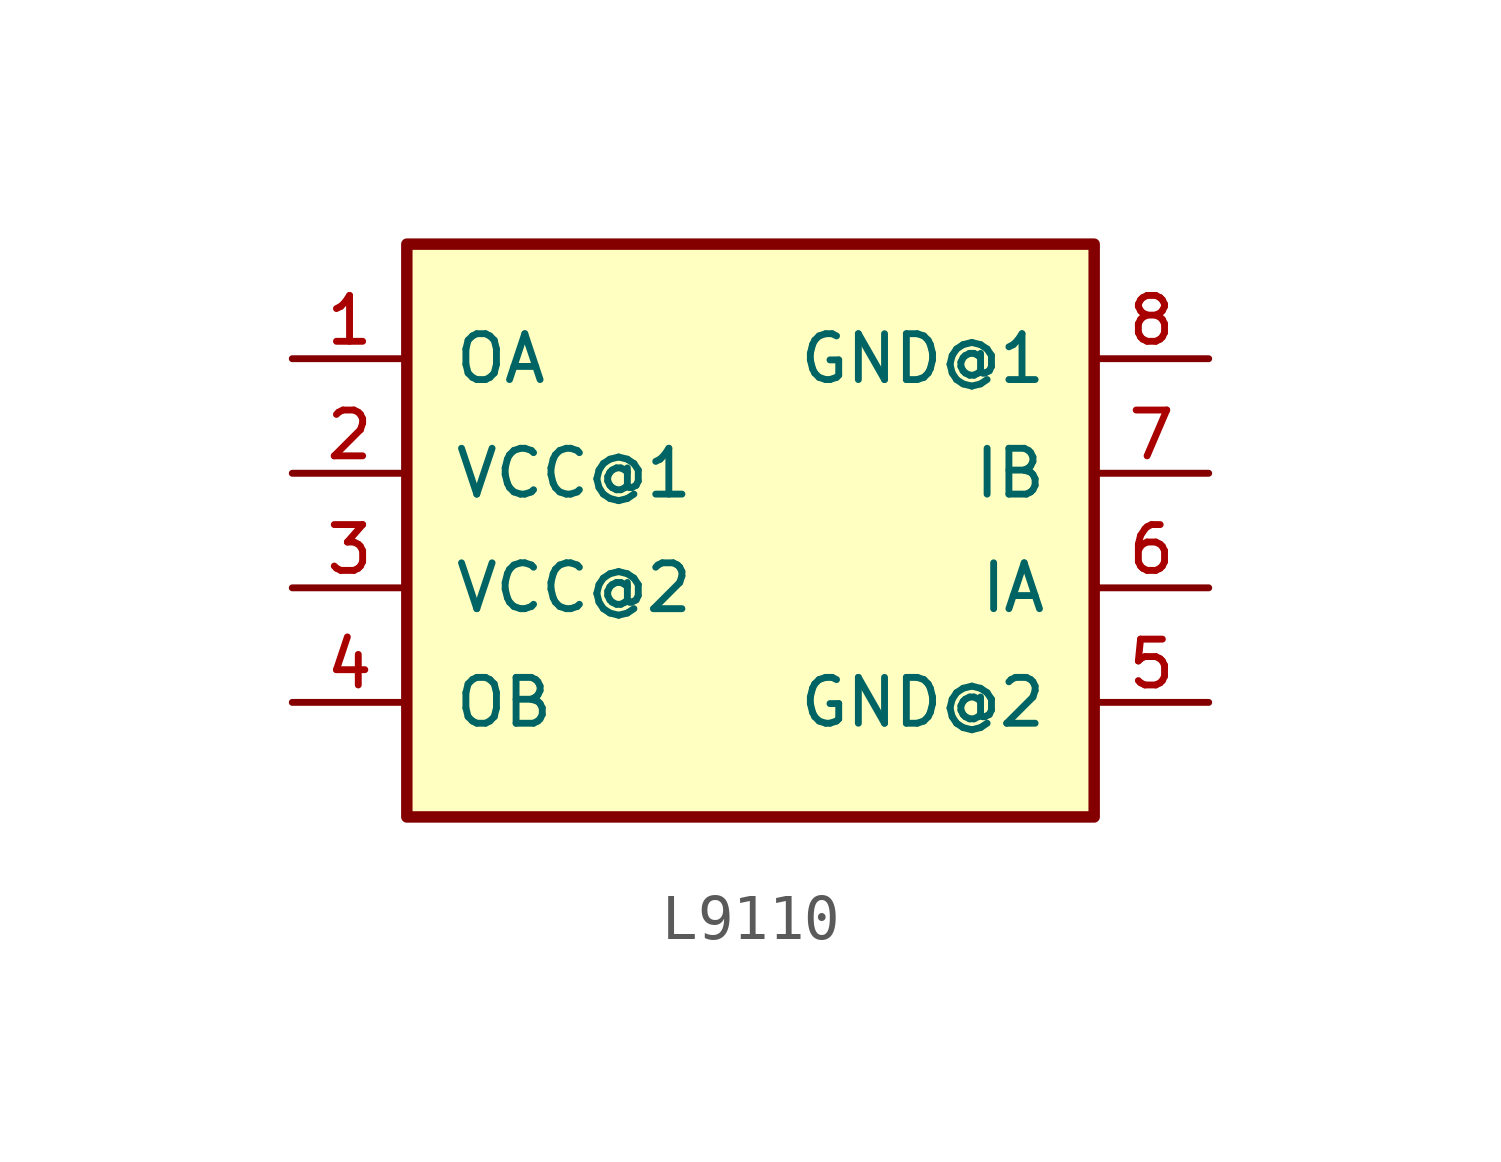
<source format=kicad_sym>
(kicad_symbol_lib
  (version 20220914)
  (generator kicad_symbol_editor)
  (symbol "L9110"
    (pin_names
      (offset 1.016))
    (property "Reference" "U10"
      (at 0 0 0)
      (effects (font (size 1.27 1.27)) (justify left bottom) hide))
    (property "ki_locked" ""
      (at 0 0 0)
      (effects (font (size 1.27 1.27))))
    (symbol "L9110_0_0"
      (rectangle (start -7.62 -5.08) (end 7.62 7.62) (stroke (width 0.254) (type solid)) (fill (type background)))
      (pin output line (at -10.16 5.08 0) (length 2.54) (name "OA" (effects (font (size 1.016 1.016)))) (number "1" (effects (font (size 1.016 1.016)))))
      (pin power_in line (at -10.16 2.54 0) (length 2.54) (name "VCC@1" (effects (font (size 1.016 1.016)))) (number "2" (effects (font (size 1.016 1.016)))))
      (pin power_in line (at -10.16 0 0) (length 2.54) (name "VCC@2" (effects (font (size 1.016 1.016)))) (number "3" (effects (font (size 1.016 1.016)))))
      (pin output line (at -10.16 -2.54 0) (length 2.54) (name "OB" (effects (font (size 1.016 1.016)))) (number "4" (effects (font (size 1.016 1.016)))))
      (pin power_in line (at 10.16 -2.54 180) (length 2.54) (name "GND@2" (effects (font (size 1.016 1.016)))) (number "5" (effects (font (size 1.016 1.016)))))
      (pin input line (at 10.16 0 180) (length 2.54) (name "IA" (effects (font (size 1.016 1.016)))) (number "6" (effects (font (size 1.016 1.016)))))
      (pin input line (at 10.16 2.54 180) (length 2.54) (name "IB" (effects (font (size 1.016 1.016)))) (number "7" (effects (font (size 1.016 1.016)))))
      (pin power_in line (at 10.16 5.08 180) (length 2.54) (name "GND@1" (effects (font (size 1.016 1.016)))) (number "8" (effects (font (size 1.016 1.016))))))))
</source>
